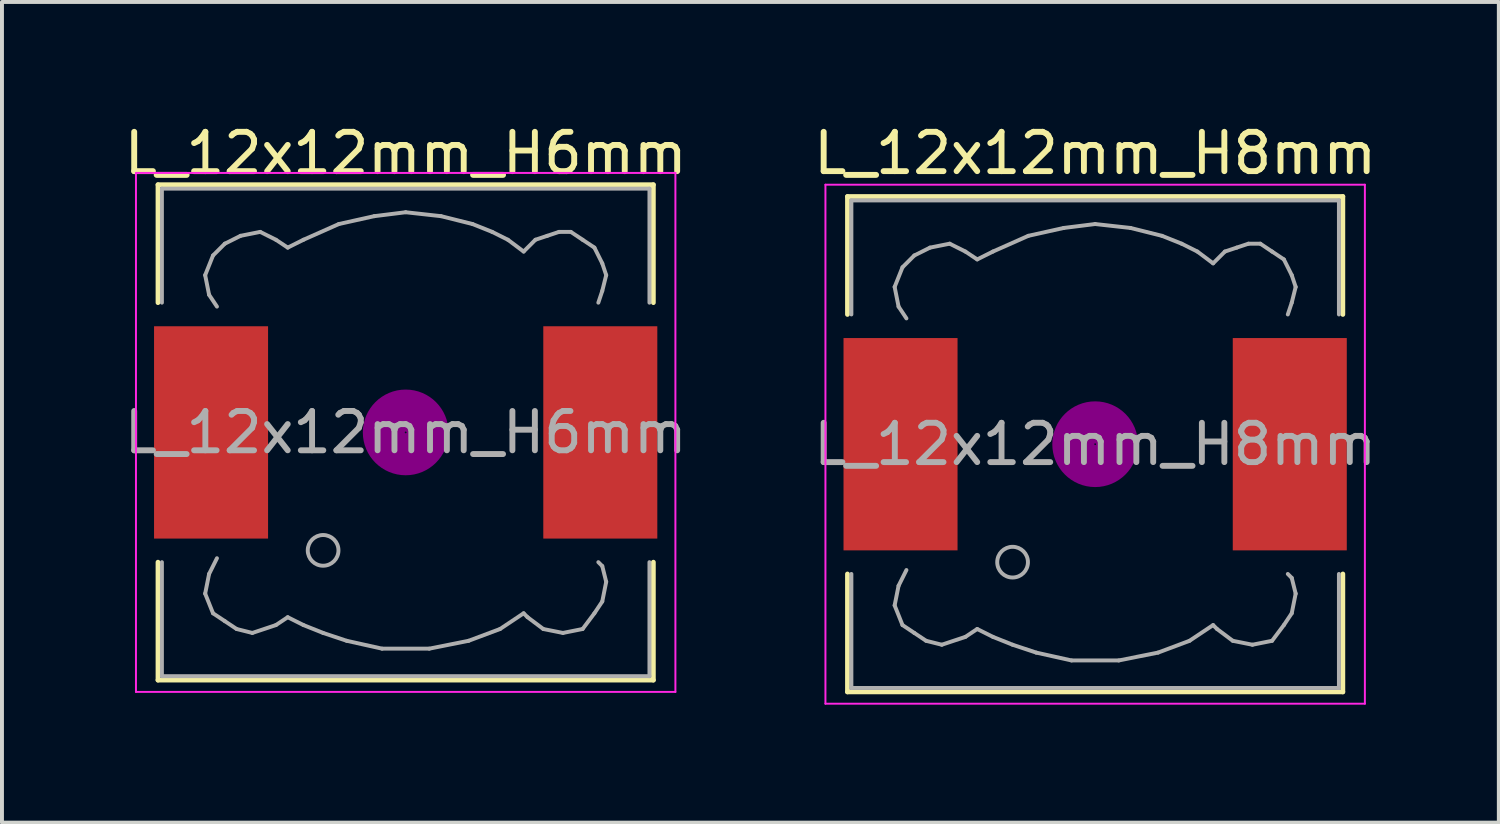
<source format=kicad_pcb>
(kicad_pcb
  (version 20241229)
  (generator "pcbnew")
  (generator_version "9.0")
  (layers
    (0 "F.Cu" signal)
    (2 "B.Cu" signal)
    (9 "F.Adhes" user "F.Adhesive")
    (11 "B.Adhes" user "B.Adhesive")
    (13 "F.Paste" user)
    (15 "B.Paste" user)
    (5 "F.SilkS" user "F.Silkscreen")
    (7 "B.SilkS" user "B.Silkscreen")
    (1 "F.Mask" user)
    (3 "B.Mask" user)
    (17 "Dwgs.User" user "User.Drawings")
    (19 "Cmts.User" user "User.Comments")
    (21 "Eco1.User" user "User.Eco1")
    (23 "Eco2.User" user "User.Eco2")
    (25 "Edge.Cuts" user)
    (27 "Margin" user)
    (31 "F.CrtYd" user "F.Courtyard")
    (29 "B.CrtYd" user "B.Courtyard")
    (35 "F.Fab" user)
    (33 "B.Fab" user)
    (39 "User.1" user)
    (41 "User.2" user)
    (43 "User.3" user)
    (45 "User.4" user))
  (footprint "L_12x12mm_H8mm"
    (layer "F.Cu")
    (at 24.804 8.248)
    (property "Reference" "L_12x12mm_H8mm" (at 0 -7.4 0) (layer "F.SilkS") (effects (font (size 1 1) (thickness 0.15))))
    (attr smd)
    (fp_line (start -6.3 -6.3) (end 6.3 -6.3) (stroke (width 0.12) (type solid)) (layer "F.SilkS"))
    (fp_line (start -6.3 -3.3) (end -6.3 -6.3) (stroke (width 0.12) (type solid)) (layer "F.SilkS"))
    (fp_line (start -6.3 6.3) (end -6.3 3.3) (stroke (width 0.12) (type solid)) (layer "F.SilkS"))
    (fp_line (start 6.3 -6.3) (end 6.3 -3.3) (stroke (width 0.12) (type solid)) (layer "F.SilkS"))
    (fp_line (start 6.3 3.3) (end 6.3 6.3) (stroke (width 0.12) (type solid)) (layer "F.SilkS"))
    (fp_line (start 6.3 6.3) (end -6.3 6.3) (stroke (width 0.12) (type solid)) (layer "F.SilkS"))
    (fp_circle (center 0 0) (end 0.15 0.15) (stroke (width 0.38) (type solid)) (fill no) (layer "F.Adhes"))
    (fp_circle (center 0 0) (end 0.55 0) (stroke (width 0.38) (type solid)) (fill no) (layer "F.Adhes"))
    (fp_circle (center 0 0) (end 0.9 0) (stroke (width 0.38) (type solid)) (fill no) (layer "F.Adhes"))
    (fp_line (start -6.86 -6.6) (end 6.86 -6.6) (stroke (width 0.05) (type solid)) (layer "F.CrtYd"))
    (fp_line (start -6.86 6.6) (end -6.86 -6.6) (stroke (width 0.05) (type solid)) (layer "F.CrtYd"))
    (fp_line (start 6.86 -6.6) (end 6.86 6.6) (stroke (width 0.05) (type solid)) (layer "F.CrtYd"))
    (fp_line (start 6.86 6.6) (end -6.86 6.6) (stroke (width 0.05) (type solid)) (layer "F.CrtYd"))
    (fp_line (start -6.2 -6.2) (end -6.2 -3.3) (stroke (width 0.1) (type solid)) (layer "F.Fab"))
    (fp_line (start -6.2 3.3) (end -6.2 6.2) (stroke (width 0.1) (type solid)) (layer "F.Fab"))
    (fp_line (start -6.2 6.2) (end 6.2 6.2) (stroke (width 0.1) (type solid)) (layer "F.Fab"))
    (fp_line (start -5.1 -4) (end -5 -3.5) (stroke (width 0.1) (type solid)) (layer "F.Fab"))
    (fp_line (start -5.1 4.1) (end -5 3.6) (stroke (width 0.1) (type solid)) (layer "F.Fab"))
    (fp_line (start -5 -3.5) (end -4.8 -3.2) (stroke (width 0.1) (type solid)) (layer "F.Fab"))
    (fp_line (start -5 3.6) (end -4.8 3.2) (stroke (width 0.1) (type solid)) (layer "F.Fab"))
    (fp_line (start -4.9 -4.5) (end -5.1 -4) (stroke (width 0.1) (type solid)) (layer "F.Fab"))
    (fp_line (start -4.9 4.6) (end -5.1 4.1) (stroke (width 0.1) (type solid)) (layer "F.Fab"))
    (fp_line (start -4.6 -4.8) (end -4.9 -4.5) (stroke (width 0.1) (type solid)) (layer "F.Fab"))
    (fp_line (start -4.6 4.8) (end -4.9 4.6) (stroke (width 0.1) (type solid)) (layer "F.Fab"))
    (fp_line (start -4.3 5) (end -4.6 4.8) (stroke (width 0.1) (type solid)) (layer "F.Fab"))
    (fp_line (start -4.2 -5) (end -4.6 -4.8) (stroke (width 0.1) (type solid)) (layer "F.Fab"))
    (fp_line (start -3.9 5.1) (end -4.3 5) (stroke (width 0.1) (type solid)) (layer "F.Fab"))
    (fp_line (start -3.7 -5.1) (end -4.2 -5) (stroke (width 0.1) (type solid)) (layer "F.Fab"))
    (fp_line (start -3.3 -4.9) (end -3.7 -5.1) (stroke (width 0.1) (type solid)) (layer "F.Fab"))
    (fp_line (start -3.3 4.9) (end -3.9 5.1) (stroke (width 0.1) (type solid)) (layer "F.Fab"))
    (fp_line (start -3 -4.7) (end -3.3 -4.9) (stroke (width 0.1) (type solid)) (layer "F.Fab"))
    (fp_line (start -3 4.7) (end -3.3 4.9) (stroke (width 0.1) (type solid)) (layer "F.Fab"))
    (fp_line (start -2.6 -4.9) (end -3 -4.7) (stroke (width 0.1) (type solid)) (layer "F.Fab"))
    (fp_line (start -2.6 4.9) (end -3 4.7) (stroke (width 0.1) (type solid)) (layer "F.Fab"))
    (fp_line (start -2.1 5.1) (end -2.6 4.9) (stroke (width 0.1) (type solid)) (layer "F.Fab"))
    (fp_line (start -1.7 -5.3) (end -2.6 -4.9) (stroke (width 0.1) (type solid)) (layer "F.Fab"))
    (fp_line (start -1.5 5.3) (end -2.1 5.1) (stroke (width 0.1) (type solid)) (layer "F.Fab"))
    (fp_line (start -0.8 -5.5) (end -1.7 -5.3) (stroke (width 0.1) (type solid)) (layer "F.Fab"))
    (fp_line (start -0.6 5.5) (end -1.5 5.3) (stroke (width 0.1) (type solid)) (layer "F.Fab"))
    (fp_line (start 0 -5.6) (end -0.8 -5.5) (stroke (width 0.1) (type solid)) (layer "F.Fab"))
    (fp_line (start 0.6 5.5) (end -0.6 5.5) (stroke (width 0.1) (type solid)) (layer "F.Fab"))
    (fp_line (start 0.9 -5.5) (end 0 -5.6) (stroke (width 0.1) (type solid)) (layer "F.Fab"))
    (fp_line (start 1.6 5.3) (end 0.6 5.5) (stroke (width 0.1) (type solid)) (layer "F.Fab"))
    (fp_line (start 1.7 -5.3) (end 0.9 -5.5) (stroke (width 0.1) (type solid)) (layer "F.Fab"))
    (fp_line (start 2.2 -5.1) (end 1.7 -5.3) (stroke (width 0.1) (type solid)) (layer "F.Fab"))
    (fp_line (start 2.4 5) (end 1.6 5.3) (stroke (width 0.1) (type solid)) (layer "F.Fab"))
    (fp_line (start 2.6 -4.9) (end 2.2 -5.1) (stroke (width 0.1) (type solid)) (layer "F.Fab"))
    (fp_line (start 3 -4.6) (end 2.6 -4.9) (stroke (width 0.1) (type solid)) (layer "F.Fab"))
    (fp_line (start 3 4.6) (end 2.4 5) (stroke (width 0.1) (type solid)) (layer "F.Fab"))
    (fp_line (start 3.1 4.7) (end 3 4.6) (stroke (width 0.1) (type solid)) (layer "F.Fab"))
    (fp_line (start 3.3 -4.9) (end 3 -4.6) (stroke (width 0.1) (type solid)) (layer "F.Fab"))
    (fp_line (start 3.5 5) (end 3.1 4.7) (stroke (width 0.1) (type solid)) (layer "F.Fab"))
    (fp_line (start 3.6 -5) (end 3.3 -4.9) (stroke (width 0.1) (type solid)) (layer "F.Fab"))
    (fp_line (start 3.9 -5.1) (end 3.6 -5) (stroke (width 0.1) (type solid)) (layer "F.Fab"))
    (fp_line (start 4 5.1) (end 3.5 5) (stroke (width 0.1) (type solid)) (layer "F.Fab"))
    (fp_line (start 4.2 -5.1) (end 3.9 -5.1) (stroke (width 0.1) (type solid)) (layer "F.Fab"))
    (fp_line (start 4.5 -4.9) (end 4.2 -5.1) (stroke (width 0.1) (type solid)) (layer "F.Fab"))
    (fp_line (start 4.5 5) (end 4 5.1) (stroke (width 0.1) (type solid)) (layer "F.Fab"))
    (fp_line (start 4.8 -4.7) (end 4.5 -4.9) (stroke (width 0.1) (type solid)) (layer "F.Fab"))
    (fp_line (start 4.8 4.6) (end 4.5 5) (stroke (width 0.1) (type solid)) (layer "F.Fab"))
    (fp_line (start 4.9 -3.3) (end 5 -3.6) (stroke (width 0.1) (type solid)) (layer "F.Fab"))
    (fp_line (start 4.9 3.3) (end 5 3.4) (stroke (width 0.1) (type solid)) (layer "F.Fab"))
    (fp_line (start 5 -4.3) (end 4.8 -4.7) (stroke (width 0.1) (type solid)) (layer "F.Fab"))
    (fp_line (start 5 -3.6) (end 5.1 -4) (stroke (width 0.1) (type solid)) (layer "F.Fab"))
    (fp_line (start 5 3.4) (end 5.1 3.8) (stroke (width 0.1) (type solid)) (layer "F.Fab"))
    (fp_line (start 5 4.3) (end 4.8 4.6) (stroke (width 0.1) (type solid)) (layer "F.Fab"))
    (fp_line (start 5.1 -4) (end 5 -4.3) (stroke (width 0.1) (type solid)) (layer "F.Fab"))
    (fp_line (start 5.1 3.8) (end 5 4.3) (stroke (width 0.1) (type solid)) (layer "F.Fab"))
    (fp_line (start 6.2 -6.2) (end -6.2 -6.2) (stroke (width 0.1) (type solid)) (layer "F.Fab"))
    (fp_line (start 6.2 -6.2) (end 6.2 -3.3) (stroke (width 0.1) (type solid)) (layer "F.Fab"))
    (fp_line (start 6.2 6.2) (end 6.2 3.3) (stroke (width 0.1) (type solid)) (layer "F.Fab"))
    (fp_circle (center -2.1 3) (end -1.8 3.25) (stroke (width 0.1) (type solid)) (fill no) (layer "F.Fab"))
    (fp_text user "${REFERENCE}" (at 0 0 0) (layer "F.Fab") (effects (font (size 1 1) (thickness 0.15))))
    (pad "1" smd rect (at -4.95 0) (size 2.9 5.4) (layers "F.Cu" "F.Mask" "F.Paste"))
    (pad "2" smd rect (at 4.95 0) (size 2.9 5.4) (layers "F.Cu" "F.Mask" "F.Paste")))
  (footprint "L_12x12mm_H6mm"
    (layer "F.Cu")
    (at 7.268 7.948)
    (property "Reference" "L_12x12mm_H6mm" (at 0 -7.1 0) (layer "F.SilkS") (effects (font (size 1 1) (thickness 0.15))))
    (attr smd)
    (fp_line (start -6.3 -6.3) (end 6.3 -6.3) (stroke (width 0.12) (type solid)) (layer "F.SilkS"))
    (fp_line (start -6.3 -3.3) (end -6.3 -6.3) (stroke (width 0.12) (type solid)) (layer "F.SilkS"))
    (fp_line (start -6.3 6.3) (end -6.3 3.3) (stroke (width 0.12) (type solid)) (layer "F.SilkS"))
    (fp_line (start 6.3 -6.3) (end 6.3 -3.3) (stroke (width 0.12) (type solid)) (layer "F.SilkS"))
    (fp_line (start 6.3 3.3) (end 6.3 6.3) (stroke (width 0.12) (type solid)) (layer "F.SilkS"))
    (fp_line (start 6.3 6.3) (end -6.3 6.3) (stroke (width 0.12) (type solid)) (layer "F.SilkS"))
    (fp_circle (center 0 0) (end 0.15 0.15) (stroke (width 0.38) (type solid)) (fill no) (layer "F.Adhes"))
    (fp_circle (center 0 0) (end 0.55 0) (stroke (width 0.38) (type solid)) (fill no) (layer "F.Adhes"))
    (fp_circle (center 0 0) (end 0.9 0) (stroke (width 0.38) (type solid)) (fill no) (layer "F.Adhes"))
    (fp_line (start -6.86 -6.6) (end 6.86 -6.6) (stroke (width 0.05) (type solid)) (layer "F.CrtYd"))
    (fp_line (start -6.86 6.6) (end -6.86 -6.6) (stroke (width 0.05) (type solid)) (layer "F.CrtYd"))
    (fp_line (start 6.86 -6.6) (end 6.86 6.6) (stroke (width 0.05) (type solid)) (layer "F.CrtYd"))
    (fp_line (start 6.86 6.6) (end -6.86 6.6) (stroke (width 0.05) (type solid)) (layer "F.CrtYd"))
    (fp_line (start -6.2 -6.2) (end -6.2 -3.3) (stroke (width 0.1) (type solid)) (layer "F.Fab"))
    (fp_line (start -6.2 3.3) (end -6.2 6.2) (stroke (width 0.1) (type solid)) (layer "F.Fab"))
    (fp_line (start -6.2 6.2) (end 6.2 6.2) (stroke (width 0.1) (type solid)) (layer "F.Fab"))
    (fp_line (start -5.1 -4) (end -5 -3.5) (stroke (width 0.1) (type solid)) (layer "F.Fab"))
    (fp_line (start -5.1 4.1) (end -5 3.6) (stroke (width 0.1) (type solid)) (layer "F.Fab"))
    (fp_line (start -5 -3.5) (end -4.8 -3.2) (stroke (width 0.1) (type solid)) (layer "F.Fab"))
    (fp_line (start -5 3.6) (end -4.8 3.2) (stroke (width 0.1) (type solid)) (layer "F.Fab"))
    (fp_line (start -4.9 -4.5) (end -5.1 -4) (stroke (width 0.1) (type solid)) (layer "F.Fab"))
    (fp_line (start -4.9 4.6) (end -5.1 4.1) (stroke (width 0.1) (type solid)) (layer "F.Fab"))
    (fp_line (start -4.6 -4.8) (end -4.9 -4.5) (stroke (width 0.1) (type solid)) (layer "F.Fab"))
    (fp_line (start -4.6 4.8) (end -4.9 4.6) (stroke (width 0.1) (type solid)) (layer "F.Fab"))
    (fp_line (start -4.3 5) (end -4.6 4.8) (stroke (width 0.1) (type solid)) (layer "F.Fab"))
    (fp_line (start -4.2 -5) (end -4.6 -4.8) (stroke (width 0.1) (type solid)) (layer "F.Fab"))
    (fp_line (start -3.9 5.1) (end -4.3 5) (stroke (width 0.1) (type solid)) (layer "F.Fab"))
    (fp_line (start -3.7 -5.1) (end -4.2 -5) (stroke (width 0.1) (type solid)) (layer "F.Fab"))
    (fp_line (start -3.3 -4.9) (end -3.7 -5.1) (stroke (width 0.1) (type solid)) (layer "F.Fab"))
    (fp_line (start -3.3 4.9) (end -3.9 5.1) (stroke (width 0.1) (type solid)) (layer "F.Fab"))
    (fp_line (start -3 -4.7) (end -3.3 -4.9) (stroke (width 0.1) (type solid)) (layer "F.Fab"))
    (fp_line (start -3 4.7) (end -3.3 4.9) (stroke (width 0.1) (type solid)) (layer "F.Fab"))
    (fp_line (start -2.6 -4.9) (end -3 -4.7) (stroke (width 0.1) (type solid)) (layer "F.Fab"))
    (fp_line (start -2.6 4.9) (end -3 4.7) (stroke (width 0.1) (type solid)) (layer "F.Fab"))
    (fp_line (start -2.1 5.1) (end -2.6 4.9) (stroke (width 0.1) (type solid)) (layer "F.Fab"))
    (fp_line (start -1.7 -5.3) (end -2.6 -4.9) (stroke (width 0.1) (type solid)) (layer "F.Fab"))
    (fp_line (start -1.5 5.3) (end -2.1 5.1) (stroke (width 0.1) (type solid)) (layer "F.Fab"))
    (fp_line (start -0.8 -5.5) (end -1.7 -5.3) (stroke (width 0.1) (type solid)) (layer "F.Fab"))
    (fp_line (start -0.6 5.5) (end -1.5 5.3) (stroke (width 0.1) (type solid)) (layer "F.Fab"))
    (fp_line (start 0 -5.6) (end -0.8 -5.5) (stroke (width 0.1) (type solid)) (layer "F.Fab"))
    (fp_line (start 0.6 5.5) (end -0.6 5.5) (stroke (width 0.1) (type solid)) (layer "F.Fab"))
    (fp_line (start 0.9 -5.5) (end 0 -5.6) (stroke (width 0.1) (type solid)) (layer "F.Fab"))
    (fp_line (start 1.6 5.3) (end 0.6 5.5) (stroke (width 0.1) (type solid)) (layer "F.Fab"))
    (fp_line (start 1.7 -5.3) (end 0.9 -5.5) (stroke (width 0.1) (type solid)) (layer "F.Fab"))
    (fp_line (start 2.2 -5.1) (end 1.7 -5.3) (stroke (width 0.1) (type solid)) (layer "F.Fab"))
    (fp_line (start 2.4 5) (end 1.6 5.3) (stroke (width 0.1) (type solid)) (layer "F.Fab"))
    (fp_line (start 2.6 -4.9) (end 2.2 -5.1) (stroke (width 0.1) (type solid)) (layer "F.Fab"))
    (fp_line (start 3 -4.6) (end 2.6 -4.9) (stroke (width 0.1) (type solid)) (layer "F.Fab"))
    (fp_line (start 3 4.6) (end 2.4 5) (stroke (width 0.1) (type solid)) (layer "F.Fab"))
    (fp_line (start 3.1 4.7) (end 3 4.6) (stroke (width 0.1) (type solid)) (layer "F.Fab"))
    (fp_line (start 3.3 -4.9) (end 3 -4.6) (stroke (width 0.1) (type solid)) (layer "F.Fab"))
    (fp_line (start 3.5 5) (end 3.1 4.7) (stroke (width 0.1) (type solid)) (layer "F.Fab"))
    (fp_line (start 3.6 -5) (end 3.3 -4.9) (stroke (width 0.1) (type solid)) (layer "F.Fab"))
    (fp_line (start 3.9 -5.1) (end 3.6 -5) (stroke (width 0.1) (type solid)) (layer "F.Fab"))
    (fp_line (start 4 5.1) (end 3.5 5) (stroke (width 0.1) (type solid)) (layer "F.Fab"))
    (fp_line (start 4.2 -5.1) (end 3.9 -5.1) (stroke (width 0.1) (type solid)) (layer "F.Fab"))
    (fp_line (start 4.5 -4.9) (end 4.2 -5.1) (stroke (width 0.1) (type solid)) (layer "F.Fab"))
    (fp_line (start 4.5 5) (end 4 5.1) (stroke (width 0.1) (type solid)) (layer "F.Fab"))
    (fp_line (start 4.8 -4.7) (end 4.5 -4.9) (stroke (width 0.1) (type solid)) (layer "F.Fab"))
    (fp_line (start 4.8 4.6) (end 4.5 5) (stroke (width 0.1) (type solid)) (layer "F.Fab"))
    (fp_line (start 4.9 -3.3) (end 5 -3.6) (stroke (width 0.1) (type solid)) (layer "F.Fab"))
    (fp_line (start 4.9 3.3) (end 5 3.4) (stroke (width 0.1) (type solid)) (layer "F.Fab"))
    (fp_line (start 5 -4.3) (end 4.8 -4.7) (stroke (width 0.1) (type solid)) (layer "F.Fab"))
    (fp_line (start 5 -3.6) (end 5.1 -4) (stroke (width 0.1) (type solid)) (layer "F.Fab"))
    (fp_line (start 5 3.4) (end 5.1 3.8) (stroke (width 0.1) (type solid)) (layer "F.Fab"))
    (fp_line (start 5 4.3) (end 4.8 4.6) (stroke (width 0.1) (type solid)) (layer "F.Fab"))
    (fp_line (start 5.1 -4) (end 5 -4.3) (stroke (width 0.1) (type solid)) (layer "F.Fab"))
    (fp_line (start 5.1 3.8) (end 5 4.3) (stroke (width 0.1) (type solid)) (layer "F.Fab"))
    (fp_line (start 6.2 -6.2) (end -6.2 -6.2) (stroke (width 0.1) (type solid)) (layer "F.Fab"))
    (fp_line (start 6.2 -6.2) (end 6.2 -3.3) (stroke (width 0.1) (type solid)) (layer "F.Fab"))
    (fp_line (start 6.2 6.2) (end 6.2 3.3) (stroke (width 0.1) (type solid)) (layer "F.Fab"))
    (fp_circle (center -2.1 3) (end -1.8 3.25) (stroke (width 0.1) (type solid)) (fill no) (layer "F.Fab"))
    (fp_text user "${REFERENCE}" (at 0 0 0) (layer "F.Fab") (effects (font (size 1 1) (thickness 0.15))))
    (pad "1" smd rect (at -4.95 0) (size 2.9 5.4) (layers "F.Cu" "F.Mask" "F.Paste"))
    (pad "2" smd rect (at 4.95 0) (size 2.9 5.4) (layers "F.Cu" "F.Mask" "F.Paste")))
  (gr_rect
    (start -3 -3)
    (end 35.071 17.873)
    (stroke (width 0.1) (type default))
    (fill no)
    (layer "Edge.Cuts")))
</source>
